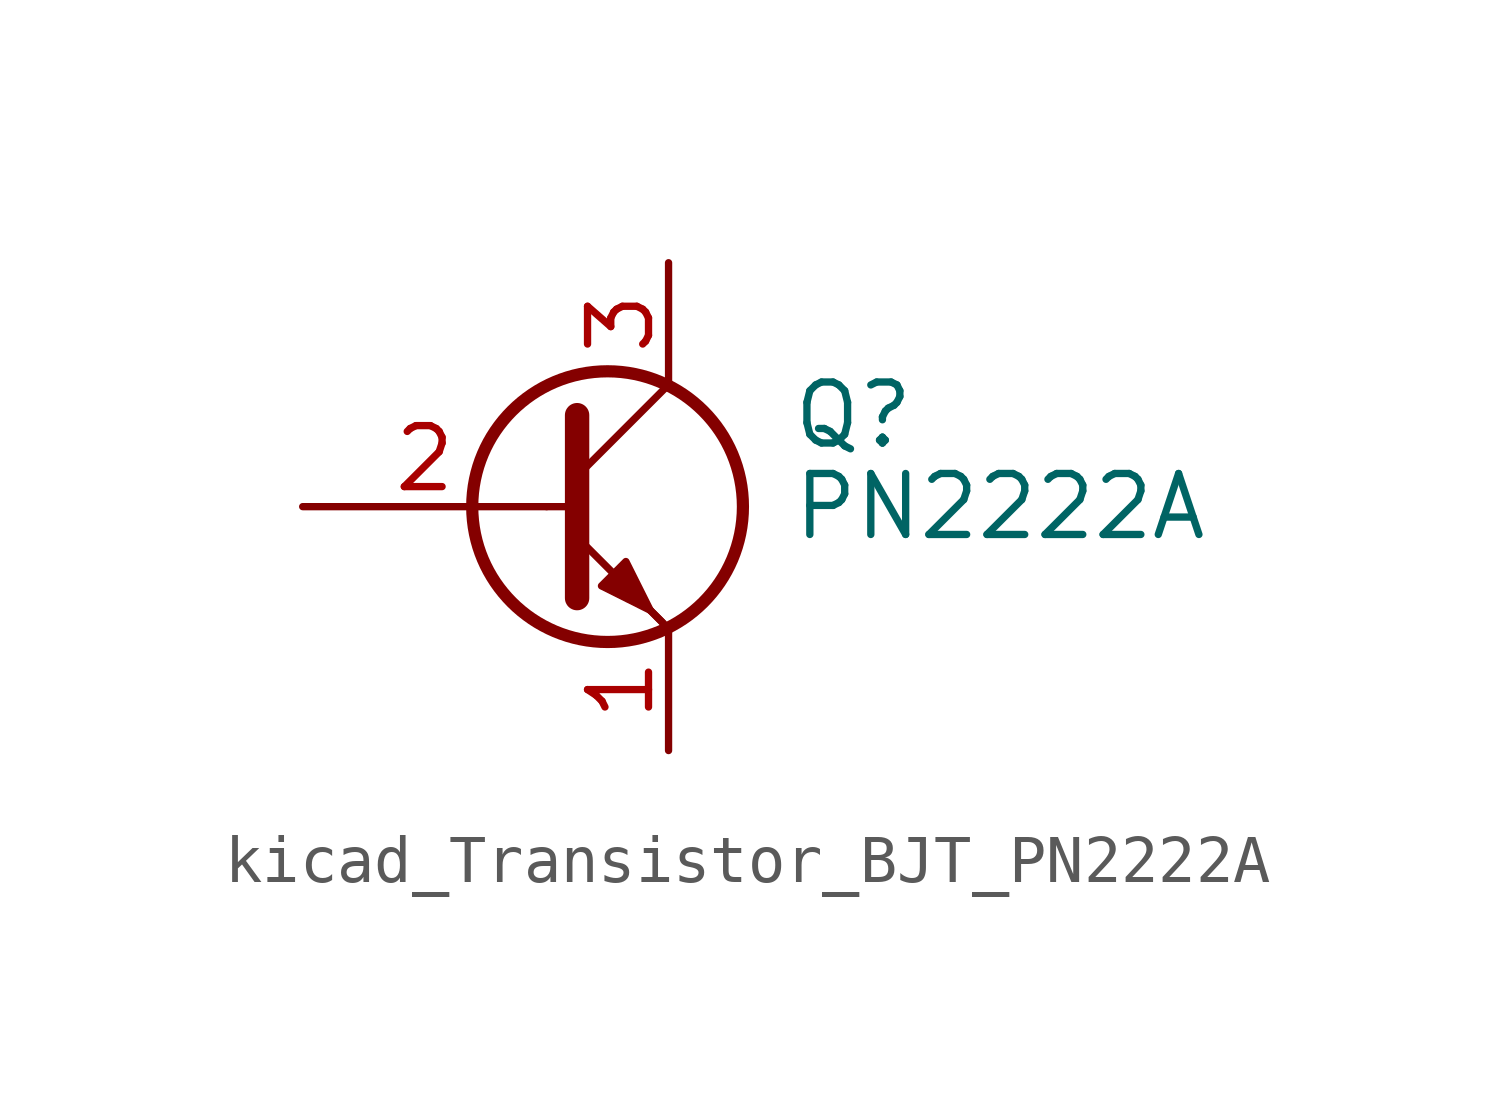
<source format=kicad_sym>
(kicad_symbol_lib
  (version 20220914)
  (generator kicad_symbol_editor)
  (symbol "kicad_Transistor_BJT_PN2222A"
    (pin_names
      (offset 0) hide)
    (property "Reference" "Q"
      (at 5.08 1.905 0)
      (effects (font (size 1.27 1.27)) (justify left)))
    (property "Value" "PN2222A"
      (at 5.08 0 0)
      (effects (font (size 1.27 1.27)) (justify left)))
    (symbol "kicad_Transistor_BJT_PN2222A_0_1"
      (polyline (pts (xy 0 0) (xy 0.635 0)) (stroke (width 0) (type default)) (fill (type none)))
      (polyline (pts (xy 2.54 -2.54) (xy 0.635 -0.635)) (stroke (width 0) (type default)) (fill (type none)))
      (polyline (pts (xy 2.54 2.54) (xy 0.635 0.635)) (stroke (width 0) (type default)) (fill (type none)))
      (polyline (pts (xy 0.635 1.905) (xy 0.635 -1.905) (xy 0.635 -1.905)) (stroke (width 0.508) (type default)) (fill (type none)))
      (polyline (pts (xy 2.413 -2.413) (xy 1.905 -1.905) (xy 1.905 -1.905)) (stroke (width 0) (type default)) (fill (type none)))
      (polyline (pts (xy 1.143 -1.651) (xy 1.651 -1.143) (xy 2.159 -2.159) (xy 1.143 -1.651) (xy 1.143 -1.651)) (stroke (width 0) (type default)) (fill (type outline)))
      (circle (center 1.27 0) (radius 2.819) (stroke (width 0.254) (type default)) (fill (type none))))
    (symbol "kicad_Transistor_BJT_PN2222A_1_1"
      (pin passive line (at 2.54 -5.08 90) (length 2.54) (name "E" (effects (font (size 1.27 1.27)))) (number "1" (effects (font (size 1.27 1.27)))))
      (pin input line (at -5.08 0 0) (length 5.08) (name "B" (effects (font (size 1.27 1.27)))) (number "2" (effects (font (size 1.27 1.27)))))
      (pin passive line (at 2.54 5.08 270) (length 2.54) (name "C" (effects (font (size 1.27 1.27)))) (number "3" (effects (font (size 1.27 1.27))))))))
</source>
